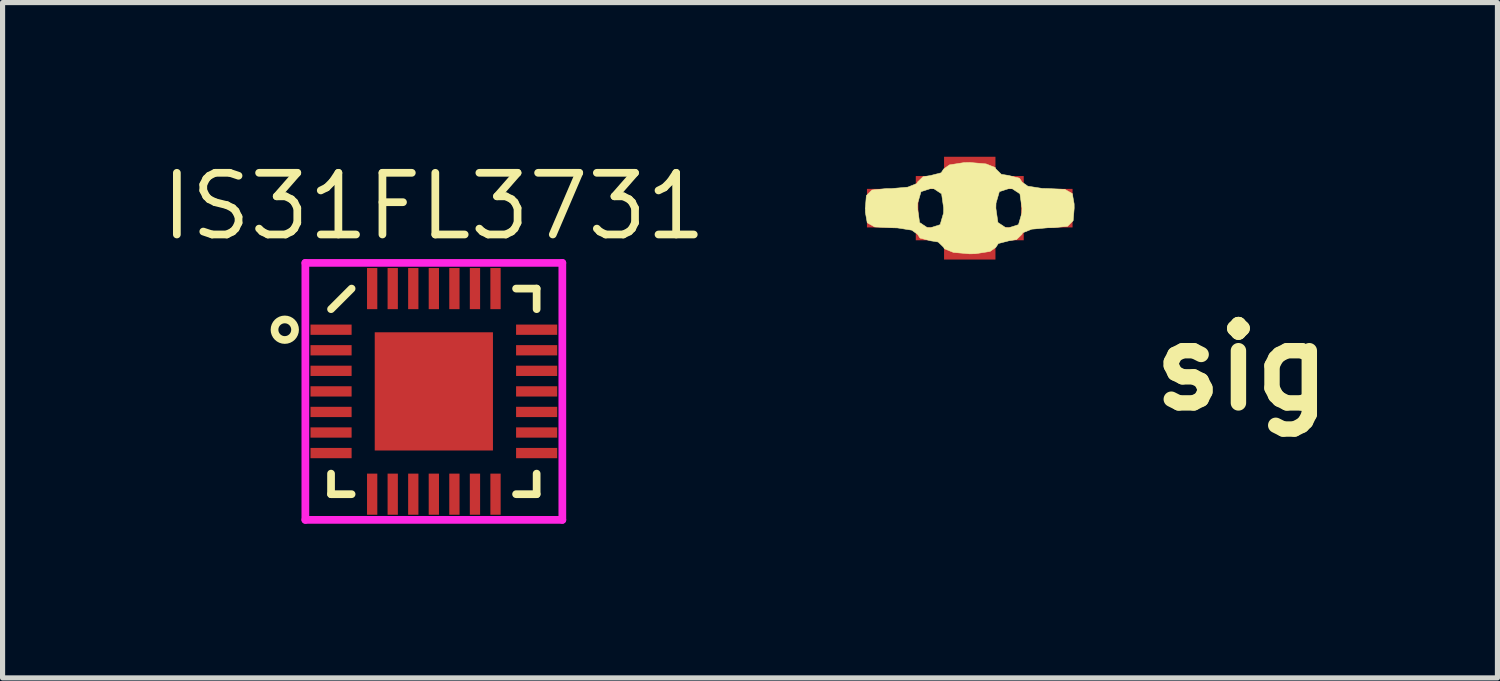
<source format=kicad_pcb>
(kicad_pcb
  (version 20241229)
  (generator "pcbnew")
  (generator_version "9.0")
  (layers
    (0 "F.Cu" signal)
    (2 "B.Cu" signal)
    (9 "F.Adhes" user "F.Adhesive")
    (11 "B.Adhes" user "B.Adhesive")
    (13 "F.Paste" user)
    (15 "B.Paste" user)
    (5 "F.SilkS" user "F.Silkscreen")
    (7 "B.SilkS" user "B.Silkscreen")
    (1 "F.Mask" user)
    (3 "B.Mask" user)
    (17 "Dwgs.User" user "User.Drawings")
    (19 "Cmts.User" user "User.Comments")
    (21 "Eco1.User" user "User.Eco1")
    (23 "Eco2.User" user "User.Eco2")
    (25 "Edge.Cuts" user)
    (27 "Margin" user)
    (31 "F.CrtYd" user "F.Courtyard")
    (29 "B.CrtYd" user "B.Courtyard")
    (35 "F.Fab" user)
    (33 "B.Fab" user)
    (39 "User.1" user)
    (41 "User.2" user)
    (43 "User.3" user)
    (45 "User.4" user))
  (footprint "IS31FL3731"
    (layer "F.Cu")
    (at 5.391 4.565)
    (property "Reference" "IS31FL3731" (at 0 -3.6 0) (layer "F.SilkS") (effects (font (size 1.2 1.2) (thickness 0.15))))
    (attr through_hole)
    (fp_line (start -2 -1.6) (end -1.6 -2) (stroke (width 0.15) (type solid)) (layer "F.SilkS"))
    (fp_line (start -2 2) (end -2 1.6) (stroke (width 0.15) (type solid)) (layer "F.SilkS"))
    (fp_line (start -1.6 2) (end -2 2) (stroke (width 0.15) (type solid)) (layer "F.SilkS"))
    (fp_line (start 1.6 -2) (end 2 -2) (stroke (width 0.15) (type solid)) (layer "F.SilkS"))
    (fp_line (start 1.6 2) (end 2 2) (stroke (width 0.15) (type solid)) (layer "F.SilkS"))
    (fp_line (start 2 -2) (end 2 -1.6) (stroke (width 0.15) (type solid)) (layer "F.SilkS"))
    (fp_line (start 2 2) (end 2 1.6) (stroke (width 0.15) (type solid)) (layer "F.SilkS"))
    (fp_circle (center -2.9 -1.2) (end -3.1 -1.2) (stroke (width 0.15) (type solid)) (fill no) (layer "F.SilkS"))
    (fp_line (start -2.5 -2.5) (end -2.5 2.5) (stroke (width 0.15) (type solid)) (layer "F.CrtYd"))
    (fp_line (start -2.5 2.5) (end 2.5 2.5) (stroke (width 0.15) (type solid)) (layer "F.CrtYd"))
    (fp_line (start 2.5 -2.5) (end -2.5 -2.5) (stroke (width 0.15) (type solid)) (layer "F.CrtYd"))
    (fp_line (start 2.5 2.5) (end 2.5 -2.5) (stroke (width 0.15) (type solid)) (layer "F.CrtYd"))
    (pad "1" smd rect (at -2 -1.2 90) (size 0.2 0.8) (layers "F.Cu" "F.Mask" "F.Paste"))
    (pad "2" smd rect (at -2 -0.8 90) (size 0.2 0.8) (layers "F.Cu" "F.Mask" "F.Paste"))
    (pad "3" smd rect (at -2 -0.4 90) (size 0.2 0.8) (layers "F.Cu" "F.Mask" "F.Paste"))
    (pad "4" smd rect (at -2 0 90) (size 0.2 0.8) (layers "F.Cu" "F.Mask" "F.Paste"))
    (pad "5" smd rect (at -2 0.4 90) (size 0.2 0.8) (layers "F.Cu" "F.Mask" "F.Paste"))
    (pad "6" smd rect (at -2 0.8 90) (size 0.2 0.8) (layers "F.Cu" "F.Mask" "F.Paste"))
    (pad "7" smd rect (at -2 1.2 90) (size 0.2 0.8) (layers "F.Cu" "F.Mask" "F.Paste"))
    (pad "8" smd rect (at -1.2 2) (size 0.2 0.8) (layers "F.Cu" "F.Mask" "F.Paste"))
    (pad "9" smd rect (at -0.8 2) (size 0.2 0.8) (layers "F.Cu" "F.Mask" "F.Paste"))
    (pad "10" smd rect (at -0.4 2) (size 0.2 0.8) (layers "F.Cu" "F.Mask" "F.Paste"))
    (pad "11" smd rect (at 0 2) (size 0.2 0.8) (layers "F.Cu" "F.Mask" "F.Paste"))
    (pad "12" smd rect (at 0.4 2) (size 0.2 0.8) (layers "F.Cu" "F.Mask" "F.Paste"))
    (pad "13" smd rect (at 0.8 2) (size 0.2 0.8) (layers "F.Cu" "F.Mask" "F.Paste"))
    (pad "14" smd rect (at 1.2 2) (size 0.2 0.8) (layers "F.Cu" "F.Mask" "F.Paste"))
    (pad "15" smd rect (at 2 1.2 90) (size 0.2 0.8) (layers "F.Cu" "F.Mask" "F.Paste"))
    (pad "16" smd rect (at 2 0.8 90) (size 0.2 0.8) (layers "F.Cu" "F.Mask" "F.Paste"))
    (pad "17" smd rect (at 2 0.4 90) (size 0.2 0.8) (layers "F.Cu" "F.Mask" "F.Paste"))
    (pad "18" smd rect (at 2 0 90) (size 0.2 0.8) (layers "F.Cu" "F.Mask" "F.Paste"))
    (pad "19" smd rect (at 2 -0.4 90) (size 0.2 0.8) (layers "F.Cu" "F.Mask" "F.Paste"))
    (pad "20" smd rect (at 2 -0.8 90) (size 0.2 0.8) (layers "F.Cu" "F.Mask" "F.Paste"))
    (pad "21" smd rect (at 2 -1.2 90) (size 0.2 0.8) (layers "F.Cu" "F.Mask" "F.Paste"))
    (pad "22" smd rect (at 1.2 -2) (size 0.2 0.8) (layers "F.Cu" "F.Mask" "F.Paste"))
    (pad "23" smd rect (at 0.8 -2) (size 0.2 0.8) (layers "F.Cu" "F.Mask" "F.Paste"))
    (pad "24" smd rect (at 0.4 -2) (size 0.2 0.8) (layers "F.Cu" "F.Mask" "F.Paste"))
    (pad "25" smd rect (at 0 -2) (size 0.2 0.8) (layers "F.Cu" "F.Mask" "F.Paste"))
    (pad "26" smd rect (at -0.4 -2) (size 0.2 0.8) (layers "F.Cu" "F.Mask" "F.Paste"))
    (pad "27" smd rect (at -0.8 -2) (size 0.2 0.8) (layers "F.Cu" "F.Mask" "F.Paste"))
    (pad "28" smd rect (at -1.2 -2) (size 0.2 0.8) (layers "F.Cu" "F.Mask" "F.Paste"))
    (pad "29" smd rect (at 0 0) (size 2.3 2.3) (layers "F.Cu" "F.Mask" "F.Paste")))
  (footprint "sig"
    (layer "F.Cu")
    (at 15.818 1)
    (property "Reference" "sig" (at 5.3 3.1 0) (layer "F.SilkS") (effects (font (size 1.524 1.524) (thickness 0.3))))
    (attr through_hole)
    (fp_poly (pts (xy 0.318 -0.861) (xy 0.495 -0.79) (xy 0.508 -0.762) (xy 0.614 -0.659) (xy 0.762 -0.635) (xy 0.968 -0.582) (xy 1.016 -0.508) (xy 1.129 -0.428) (xy 1.41 -0.384) (xy 1.524 -0.381) (xy 1.85 -0.366) (xy 1.995 -0.284) (xy 2.031 -0.082) (xy 2.032 0) (xy 2.012 0.244) (xy 1.903 0.353) (xy 1.633 0.38) (xy 1.524 0.381) (xy 1.206 0.409) (xy 1.029 0.48) (xy 1.016 0.508) (xy 0.91 0.611) (xy 0.762 0.635) (xy 0.556 0.688) (xy 0.508 0.762) (xy 0.395 0.842) (xy 0.114 0.886) (xy 0 0.889) (xy -0.318 0.861) (xy -0.495 0.79) (xy -0.508 0.762) (xy -0.614 0.659) (xy -0.762 0.635) (xy -0.968 0.582) (xy -1.016 0.508) (xy -1.129 0.428) (xy -1.41 0.384) (xy -1.524 0.381) (xy -1.85 0.366) (xy -1.995 0.284) (xy -2.031 0.082) (xy -2.032 0) (xy -1.016 0) (xy -0.976 0.279) (xy -0.828 0.377) (xy -0.762 0.381) (xy -0.576 0.321) (xy -0.511 0.098) (xy -0.508 0) (xy 0.508 0) (xy 0.548 0.279) (xy 0.696 0.377) (xy 0.762 0.381) (xy 0.948 0.321) (xy 1.013 0.098) (xy 1.016 0) (xy 0.976 -0.279) (xy 0.828 -0.377) (xy 0.762 -0.381) (xy 0.576 -0.321) (xy 0.511 -0.098) (xy 0.508 0) (xy -0.508 0) (xy -0.548 -0.279) (xy -0.696 -0.377) (xy -0.762 -0.381) (xy -0.948 -0.321) (xy -1.013 -0.098) (xy -1.016 0) (xy -2.032 0) (xy -2.012 -0.244) (xy -1.903 -0.353) (xy -1.633 -0.38) (xy -1.524 -0.381) (xy -1.206 -0.409) (xy -1.029 -0.48) (xy -1.016 -0.508) (xy -0.91 -0.611) (xy -0.762 -0.635) (xy -0.556 -0.688) (xy -0.508 -0.762) (xy -0.395 -0.842) (xy -0.114 -0.886) (xy 0 -0.889) (xy 0.318 -0.861)) (stroke (width 0.01) (type solid)) (fill yes) (layer "F.SilkS"))
    (pad "" smd rect (at -1.5 0 90) (size 0.75 1) (layers "F.Cu" "F.Mask" "F.Paste"))
    (pad "" smd rect (at 0 -0.5 90) (size 0.25 2.1) (layers "F.Cu" "F.Mask" "F.Paste"))
    (pad "" smd rect (at 0 0 90) (size 2 1) (layers "F.Cu" "F.Mask" "F.Paste"))
    (pad "" smd rect (at 0 0.5 90) (size 0.25 2.1) (layers "F.Cu" "F.Mask" "F.Paste"))
    (pad "" smd rect (at 1.5 0 90) (size 0.75 1) (layers "F.Cu" "F.Mask" "F.Paste")))
  (gr_rect
    (start -3 -3)
    (end 26.085 10.14)
    (stroke (width 0.1) (type default))
    (fill no)
    (layer "Edge.Cuts")))
</source>
